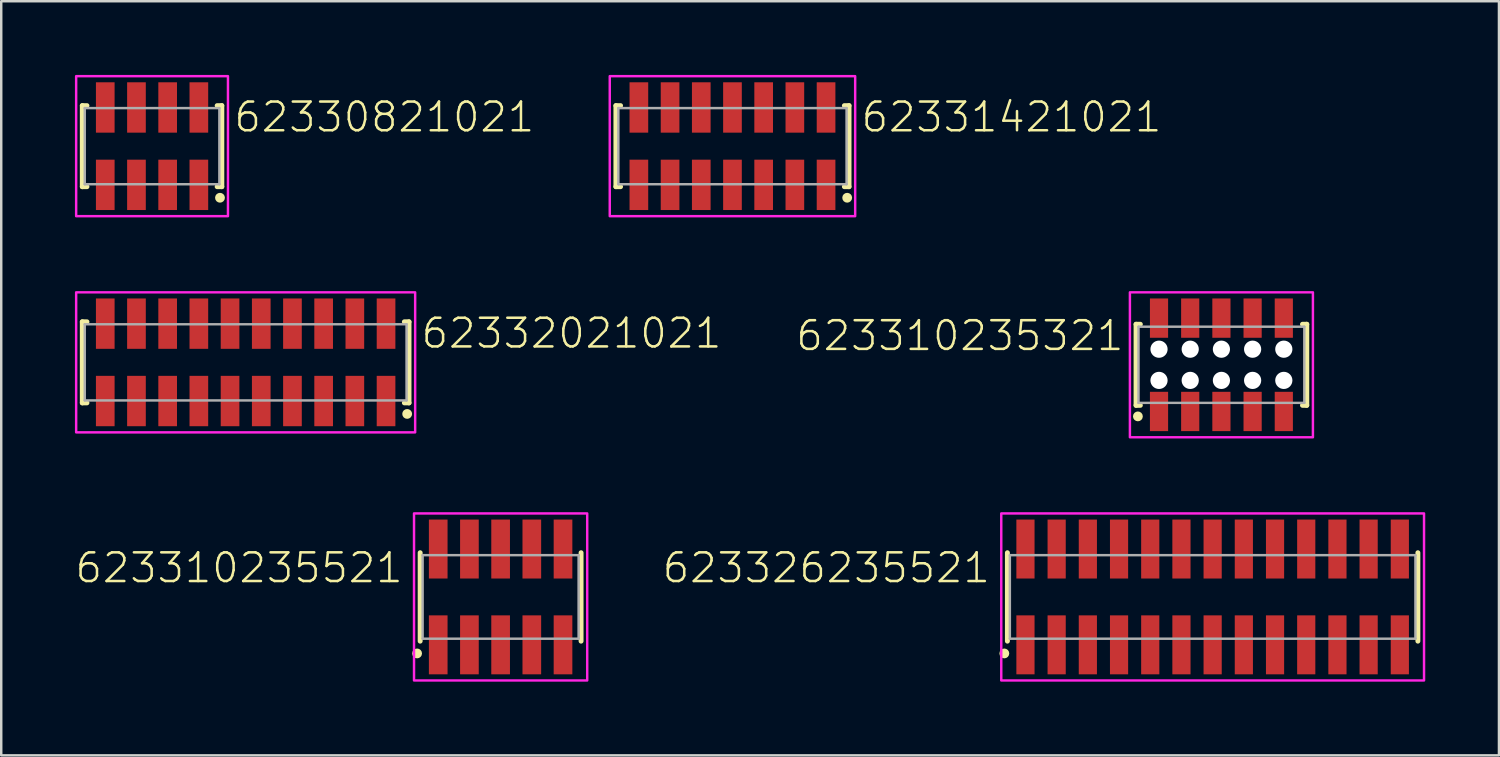
<source format=kicad_pcb>
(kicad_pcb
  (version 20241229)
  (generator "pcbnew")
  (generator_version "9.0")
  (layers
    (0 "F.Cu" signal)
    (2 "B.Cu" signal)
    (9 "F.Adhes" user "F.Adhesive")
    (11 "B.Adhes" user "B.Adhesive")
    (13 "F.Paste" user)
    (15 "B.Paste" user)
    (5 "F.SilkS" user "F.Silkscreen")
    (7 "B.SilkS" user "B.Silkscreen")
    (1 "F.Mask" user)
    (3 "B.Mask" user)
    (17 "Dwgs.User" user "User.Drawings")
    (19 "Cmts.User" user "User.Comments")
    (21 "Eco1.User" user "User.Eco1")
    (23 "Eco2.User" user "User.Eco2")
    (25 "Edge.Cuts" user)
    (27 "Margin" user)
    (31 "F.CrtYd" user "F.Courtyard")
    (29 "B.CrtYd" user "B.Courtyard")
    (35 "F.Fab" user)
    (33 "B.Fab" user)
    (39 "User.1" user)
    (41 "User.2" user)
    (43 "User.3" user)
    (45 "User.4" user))
  (footprint "62331421021"
    (layer "F.Cu")
    (at 26.767 2.9)
    (property "Reference" "62331421021" (at 5.175 -0.5 0) (unlocked yes) (layer "F.SilkS") (effects (font (size 1.168 1.168) (thickness 0.102)) (justify left bottom)))
    (fp_line (start -4.745 -1.65) (end -4.745 1.65) (stroke (width 0.2) (type solid)) (layer "F.SilkS"))
    (fp_line (start -4.745 1.65) (end -4.555 1.65) (stroke (width 0.2) (type solid)) (layer "F.SilkS"))
    (fp_line (start -4.555 -1.65) (end -4.745 -1.65) (stroke (width 0.2) (type solid)) (layer "F.SilkS"))
    (fp_line (start 4.555 -1.65) (end 4.745 -1.65) (stroke (width 0.2) (type solid)) (layer "F.SilkS"))
    (fp_line (start 4.745 -1.65) (end 4.745 1.65) (stroke (width 0.2) (type solid)) (layer "F.SilkS"))
    (fp_line (start 4.745 1.65) (end 4.555 1.65) (stroke (width 0.2) (type solid)) (layer "F.SilkS"))
    (fp_circle (center 4.67 2.1) (end 4.77 2.1) (stroke (width 0.2) (type solid)) (fill no) (layer "F.SilkS"))
    (fp_poly (pts (xy 4.995 2.85) (xy -4.995 2.85) (xy -4.995 -2.85) (xy 4.995 -2.85)) (stroke (width 0.1) (type default)) (fill no) (layer "F.CrtYd"))
    (fp_line (start -4.645 -1.55) (end -4.645 1.55) (stroke (width 0.1) (type solid)) (layer "F.Fab"))
    (fp_line (start -4.645 1.55) (end 4.645 1.55) (stroke (width 0.1) (type solid)) (layer "F.Fab"))
    (fp_line (start 4.645 -1.55) (end -4.645 -1.55) (stroke (width 0.1) (type solid)) (layer "F.Fab"))
    (fp_line (start 4.645 1.55) (end 4.645 -1.55) (stroke (width 0.1) (type solid)) (layer "F.Fab"))
    (pad "1" smd rect (at 3.81 1.575 180) (size 0.76 2.05) (layers "F.Cu" "F.Mask" "F.Paste"))
    (pad "2" smd rect (at 3.81 -1.575 180) (size 0.76 2.05) (layers "F.Cu" "F.Mask" "F.Paste"))
    (pad "3" smd rect (at 2.54 1.575 180) (size 0.76 2.05) (layers "F.Cu" "F.Mask" "F.Paste"))
    (pad "4" smd rect (at 2.54 -1.575 180) (size 0.76 2.05) (layers "F.Cu" "F.Mask" "F.Paste"))
    (pad "5" smd rect (at 1.27 1.575 180) (size 0.76 2.05) (layers "F.Cu" "F.Mask" "F.Paste"))
    (pad "6" smd rect (at 1.27 -1.575 180) (size 0.76 2.05) (layers "F.Cu" "F.Mask" "F.Paste"))
    (pad "7" smd rect (at 0 1.575 180) (size 0.76 2.05) (layers "F.Cu" "F.Mask" "F.Paste"))
    (pad "8" smd rect (at 0 -1.575 180) (size 0.76 2.05) (layers "F.Cu" "F.Mask" "F.Paste"))
    (pad "9" smd rect (at -1.27 1.575 180) (size 0.76 2.05) (layers "F.Cu" "F.Mask" "F.Paste"))
    (pad "10" smd rect (at -1.27 -1.575 180) (size 0.76 2.05) (layers "F.Cu" "F.Mask" "F.Paste"))
    (pad "11" smd rect (at -2.54 1.575 180) (size 0.76 2.05) (layers "F.Cu" "F.Mask" "F.Paste"))
    (pad "12" smd rect (at -2.54 -1.575 180) (size 0.76 2.05) (layers "F.Cu" "F.Mask" "F.Paste"))
    (pad "13" smd rect (at -3.81 1.575 180) (size 0.76 2.05) (layers "F.Cu" "F.Mask" "F.Paste"))
    (pad "14" smd rect (at -3.81 -1.575 180) (size 0.76 2.05) (layers "F.Cu" "F.Mask" "F.Paste")))
  (footprint "62332021021"
    (layer "F.Cu")
    (at 6.95 11.7)
    (property "Reference" "62332021021" (at 7.08 -0.5 0) (unlocked yes) (layer "F.SilkS") (effects (font (size 1.168 1.168) (thickness 0.102)) (justify left bottom)))
    (fp_line (start -6.65 -1.65) (end -6.65 1.65) (stroke (width 0.2) (type solid)) (layer "F.SilkS"))
    (fp_line (start -6.65 1.65) (end -6.46 1.65) (stroke (width 0.2) (type solid)) (layer "F.SilkS"))
    (fp_line (start -6.46 -1.65) (end -6.65 -1.65) (stroke (width 0.2) (type solid)) (layer "F.SilkS"))
    (fp_line (start 6.46 -1.65) (end 6.65 -1.65) (stroke (width 0.2) (type solid)) (layer "F.SilkS"))
    (fp_line (start 6.65 -1.65) (end 6.65 1.65) (stroke (width 0.2) (type solid)) (layer "F.SilkS"))
    (fp_line (start 6.65 1.65) (end 6.46 1.65) (stroke (width 0.2) (type solid)) (layer "F.SilkS"))
    (fp_circle (center 6.575 2.1) (end 6.675 2.1) (stroke (width 0.2) (type solid)) (fill no) (layer "F.SilkS"))
    (fp_poly (pts (xy 6.9 2.85) (xy -6.9 2.85) (xy -6.9 -2.85) (xy 6.9 -2.85)) (stroke (width 0.1) (type default)) (fill no) (layer "F.CrtYd"))
    (fp_line (start -6.55 -1.55) (end -6.55 1.55) (stroke (width 0.1) (type solid)) (layer "F.Fab"))
    (fp_line (start -6.55 1.55) (end 6.55 1.55) (stroke (width 0.1) (type solid)) (layer "F.Fab"))
    (fp_line (start 6.55 -1.55) (end -6.55 -1.55) (stroke (width 0.1) (type solid)) (layer "F.Fab"))
    (fp_line (start 6.55 1.55) (end 6.55 -1.55) (stroke (width 0.1) (type solid)) (layer "F.Fab"))
    (pad "1" smd rect (at 5.715 1.575 180) (size 0.76 2.05) (layers "F.Cu" "F.Mask" "F.Paste"))
    (pad "2" smd rect (at 5.715 -1.575 180) (size 0.76 2.05) (layers "F.Cu" "F.Mask" "F.Paste"))
    (pad "3" smd rect (at 4.445 1.575 180) (size 0.76 2.05) (layers "F.Cu" "F.Mask" "F.Paste"))
    (pad "4" smd rect (at 4.445 -1.575 180) (size 0.76 2.05) (layers "F.Cu" "F.Mask" "F.Paste"))
    (pad "5" smd rect (at 3.175 1.575 180) (size 0.76 2.05) (layers "F.Cu" "F.Mask" "F.Paste"))
    (pad "6" smd rect (at 3.175 -1.575 180) (size 0.76 2.05) (layers "F.Cu" "F.Mask" "F.Paste"))
    (pad "7" smd rect (at 1.905 1.575 180) (size 0.76 2.05) (layers "F.Cu" "F.Mask" "F.Paste"))
    (pad "8" smd rect (at 1.905 -1.575 180) (size 0.76 2.05) (layers "F.Cu" "F.Mask" "F.Paste"))
    (pad "9" smd rect (at 0.635 1.575 180) (size 0.76 2.05) (layers "F.Cu" "F.Mask" "F.Paste"))
    (pad "10" smd rect (at 0.635 -1.575 180) (size 0.76 2.05) (layers "F.Cu" "F.Mask" "F.Paste"))
    (pad "11" smd rect (at -0.635 1.575 180) (size 0.76 2.05) (layers "F.Cu" "F.Mask" "F.Paste"))
    (pad "12" smd rect (at -0.635 -1.575 180) (size 0.76 2.05) (layers "F.Cu" "F.Mask" "F.Paste"))
    (pad "13" smd rect (at -1.905 1.575 180) (size 0.76 2.05) (layers "F.Cu" "F.Mask" "F.Paste"))
    (pad "14" smd rect (at -1.905 -1.575 180) (size 0.76 2.05) (layers "F.Cu" "F.Mask" "F.Paste"))
    (pad "15" smd rect (at -3.175 1.575 180) (size 0.76 2.05) (layers "F.Cu" "F.Mask" "F.Paste"))
    (pad "16" smd rect (at -3.175 -1.575 180) (size 0.76 2.05) (layers "F.Cu" "F.Mask" "F.Paste"))
    (pad "17" smd rect (at -4.445 1.575 180) (size 0.76 2.05) (layers "F.Cu" "F.Mask" "F.Paste"))
    (pad "18" smd rect (at -4.445 -1.575 180) (size 0.76 2.05) (layers "F.Cu" "F.Mask" "F.Paste"))
    (pad "19" smd rect (at -5.715 1.575 180) (size 0.76 2.05) (layers "F.Cu" "F.Mask" "F.Paste"))
    (pad "20" smd rect (at -5.715 -1.575 180) (size 0.76 2.05) (layers "F.Cu" "F.Mask" "F.Paste")))
  (footprint "623326235521"
    (layer "F.Cu")
    (at 46.314 21.25)
    (property "Reference" "623326235521" (at -8.985 -0.5 0) (unlocked yes) (layer "F.SilkS") (effects (font (size 1.168 1.168) (thickness 0.102)) (justify right bottom)))
    (fp_line (start -8.355 -1.8) (end -8.355 1.8) (stroke (width 0.2) (type solid)) (layer "F.SilkS"))
    (fp_line (start 8.355 -1.8) (end 8.355 1.8) (stroke (width 0.2) (type solid)) (layer "F.SilkS"))
    (fp_circle (center -8.48 2.3) (end -8.38 2.3) (stroke (width 0.2) (type solid)) (fill no) (layer "F.SilkS"))
    (fp_poly (pts (xy 8.605 3.4) (xy -8.605 3.4) (xy -8.605 -3.4) (xy 8.605 -3.4)) (stroke (width 0.1) (type default)) (fill no) (layer "F.CrtYd"))
    (fp_line (start -8.255 -1.7) (end -8.255 1.7) (stroke (width 0.1) (type solid)) (layer "F.Fab"))
    (fp_line (start -8.255 1.7) (end 8.255 1.7) (stroke (width 0.1) (type solid)) (layer "F.Fab"))
    (fp_line (start 8.255 -1.7) (end -8.255 -1.7) (stroke (width 0.1) (type solid)) (layer "F.Fab"))
    (fp_line (start 8.255 1.7) (end 8.255 -1.7) (stroke (width 0.1) (type solid)) (layer "F.Fab"))
    (pad "1" smd rect (at -7.62 1.95) (size 0.74 2.4) (layers "F.Cu" "F.Mask" "F.Paste"))
    (pad "2" smd rect (at -7.62 -1.95) (size 0.74 2.4) (layers "F.Cu" "F.Mask" "F.Paste"))
    (pad "3" smd rect (at -6.35 1.95) (size 0.74 2.4) (layers "F.Cu" "F.Mask" "F.Paste"))
    (pad "4" smd rect (at -6.35 -1.95) (size 0.74 2.4) (layers "F.Cu" "F.Mask" "F.Paste"))
    (pad "5" smd rect (at -5.08 1.95) (size 0.74 2.4) (layers "F.Cu" "F.Mask" "F.Paste"))
    (pad "6" smd rect (at -5.08 -1.95) (size 0.74 2.4) (layers "F.Cu" "F.Mask" "F.Paste"))
    (pad "7" smd rect (at -3.81 1.95) (size 0.74 2.4) (layers "F.Cu" "F.Mask" "F.Paste"))
    (pad "8" smd rect (at -3.81 -1.95) (size 0.74 2.4) (layers "F.Cu" "F.Mask" "F.Paste"))
    (pad "9" smd rect (at -2.54 1.95) (size 0.74 2.4) (layers "F.Cu" "F.Mask" "F.Paste"))
    (pad "10" smd rect (at -2.54 -1.95) (size 0.74 2.4) (layers "F.Cu" "F.Mask" "F.Paste"))
    (pad "11" smd rect (at -1.27 1.95) (size 0.74 2.4) (layers "F.Cu" "F.Mask" "F.Paste"))
    (pad "12" smd rect (at -1.27 -1.95) (size 0.74 2.4) (layers "F.Cu" "F.Mask" "F.Paste"))
    (pad "13" smd rect (at 0 1.95) (size 0.74 2.4) (layers "F.Cu" "F.Mask" "F.Paste"))
    (pad "14" smd rect (at 0 -1.95) (size 0.74 2.4) (layers "F.Cu" "F.Mask" "F.Paste"))
    (pad "15" smd rect (at 1.27 1.95) (size 0.74 2.4) (layers "F.Cu" "F.Mask" "F.Paste"))
    (pad "16" smd rect (at 1.27 -1.95) (size 0.74 2.4) (layers "F.Cu" "F.Mask" "F.Paste"))
    (pad "17" smd rect (at 2.54 1.95) (size 0.74 2.4) (layers "F.Cu" "F.Mask" "F.Paste"))
    (pad "18" smd rect (at 2.54 -1.95) (size 0.74 2.4) (layers "F.Cu" "F.Mask" "F.Paste"))
    (pad "19" smd rect (at 3.81 1.95) (size 0.74 2.4) (layers "F.Cu" "F.Mask" "F.Paste"))
    (pad "20" smd rect (at 3.81 -1.95) (size 0.74 2.4) (layers "F.Cu" "F.Mask" "F.Paste"))
    (pad "21" smd rect (at 5.08 1.95) (size 0.74 2.4) (layers "F.Cu" "F.Mask" "F.Paste"))
    (pad "22" smd rect (at 5.08 -1.95) (size 0.74 2.4) (layers "F.Cu" "F.Mask" "F.Paste"))
    (pad "23" smd rect (at 6.35 1.95) (size 0.74 2.4) (layers "F.Cu" "F.Mask" "F.Paste"))
    (pad "24" smd rect (at 6.35 -1.95) (size 0.74 2.4) (layers "F.Cu" "F.Mask" "F.Paste"))
    (pad "25" smd rect (at 7.62 1.95) (size 0.74 2.4) (layers "F.Cu" "F.Mask" "F.Paste"))
    (pad "26" smd rect (at 7.62 -1.95) (size 0.74 2.4) (layers "F.Cu" "F.Mask" "F.Paste")))
  (footprint "62330821021"
    (layer "F.Cu")
    (at 3.14 2.9)
    (property "Reference" "62330821021" (at 3.27 -0.5 0) (unlocked yes) (layer "F.SilkS") (effects (font (size 1.168 1.168) (thickness 0.102)) (justify left bottom)))
    (fp_line (start -2.84 -1.65) (end -2.84 1.65) (stroke (width 0.2) (type solid)) (layer "F.SilkS"))
    (fp_line (start -2.84 1.65) (end -2.65 1.65) (stroke (width 0.2) (type solid)) (layer "F.SilkS"))
    (fp_line (start -2.65 -1.65) (end -2.84 -1.65) (stroke (width 0.2) (type solid)) (layer "F.SilkS"))
    (fp_line (start 2.65 -1.65) (end 2.84 -1.65) (stroke (width 0.2) (type solid)) (layer "F.SilkS"))
    (fp_line (start 2.84 -1.65) (end 2.84 1.65) (stroke (width 0.2) (type solid)) (layer "F.SilkS"))
    (fp_line (start 2.84 1.65) (end 2.65 1.65) (stroke (width 0.2) (type solid)) (layer "F.SilkS"))
    (fp_circle (center 2.765 2.1) (end 2.865 2.1) (stroke (width 0.2) (type solid)) (fill no) (layer "F.SilkS"))
    (fp_poly (pts (xy 3.09 2.85) (xy -3.09 2.85) (xy -3.09 -2.85) (xy 3.09 -2.85)) (stroke (width 0.1) (type default)) (fill no) (layer "F.CrtYd"))
    (fp_line (start -2.74 -1.55) (end -2.74 1.55) (stroke (width 0.1) (type solid)) (layer "F.Fab"))
    (fp_line (start -2.74 1.55) (end 2.74 1.55) (stroke (width 0.1) (type solid)) (layer "F.Fab"))
    (fp_line (start 2.74 -1.55) (end -2.74 -1.55) (stroke (width 0.1) (type solid)) (layer "F.Fab"))
    (fp_line (start 2.74 1.55) (end 2.74 -1.55) (stroke (width 0.1) (type solid)) (layer "F.Fab"))
    (pad "1" smd rect (at 1.905 1.575 180) (size 0.76 2.05) (layers "F.Cu" "F.Mask" "F.Paste"))
    (pad "2" smd rect (at 1.905 -1.575 180) (size 0.76 2.05) (layers "F.Cu" "F.Mask" "F.Paste"))
    (pad "3" smd rect (at 0.635 1.575 180) (size 0.76 2.05) (layers "F.Cu" "F.Mask" "F.Paste"))
    (pad "4" smd rect (at 0.635 -1.575 180) (size 0.76 2.05) (layers "F.Cu" "F.Mask" "F.Paste"))
    (pad "5" smd rect (at -0.635 1.575 180) (size 0.76 2.05) (layers "F.Cu" "F.Mask" "F.Paste"))
    (pad "6" smd rect (at -0.635 -1.575 180) (size 0.76 2.05) (layers "F.Cu" "F.Mask" "F.Paste"))
    (pad "7" smd rect (at -1.905 1.575 180) (size 0.76 2.05) (layers "F.Cu" "F.Mask" "F.Paste"))
    (pad "8" smd rect (at -1.905 -1.575 180) (size 0.76 2.05) (layers "F.Cu" "F.Mask" "F.Paste")))
  (footprint "623310235321"
    (layer "F.Cu")
    (at 46.671 11.8)
    (property "Reference" "623310235321" (at -3.905 -0.5 0) (unlocked yes) (layer "F.SilkS") (effects (font (size 1.168 1.168) (thickness 0.102)) (justify right bottom)))
    (fp_line (start -3.475 -1.65) (end -3.475 1.65) (stroke (width 0.2) (type solid)) (layer "F.SilkS"))
    (fp_line (start -3.475 1.65) (end -3.3 1.65) (stroke (width 0.2) (type solid)) (layer "F.SilkS"))
    (fp_line (start -3.3 -1.65) (end -3.475 -1.65) (stroke (width 0.2) (type solid)) (layer "F.SilkS"))
    (fp_line (start 3.3 -1.65) (end 3.475 -1.65) (stroke (width 0.2) (type solid)) (layer "F.SilkS"))
    (fp_line (start 3.475 -1.65) (end 3.475 1.65) (stroke (width 0.2) (type solid)) (layer "F.SilkS"))
    (fp_line (start 3.475 1.65) (end 3.3 1.65) (stroke (width 0.2) (type solid)) (layer "F.SilkS"))
    (fp_circle (center -3.4 2.1) (end -3.3 2.1) (stroke (width 0.2) (type solid)) (fill no) (layer "F.SilkS"))
    (fp_poly (pts (xy 3.725 2.95) (xy -3.725 2.95) (xy -3.725 -2.95) (xy 3.725 -2.95)) (stroke (width 0.1) (type default)) (fill no) (layer "F.CrtYd"))
    (fp_line (start -3.375 -1.55) (end -3.375 1.55) (stroke (width 0.1) (type solid)) (layer "F.Fab"))
    (fp_line (start -3.375 1.55) (end 3.375 1.55) (stroke (width 0.1) (type solid)) (layer "F.Fab"))
    (fp_line (start 3.375 -1.55) (end -3.375 -1.55) (stroke (width 0.1) (type solid)) (layer "F.Fab"))
    (fp_line (start 3.375 1.55) (end 3.375 -1.55) (stroke (width 0.1) (type solid)) (layer "F.Fab"))
    (pad "" np_thru_hole circle (at -2.54 -0.635) (size 0.7 0.7) (drill 0.7) (layers "*.Cu" "*.Mask"))
    (pad "" np_thru_hole circle (at -2.54 0.635) (size 0.7 0.7) (drill 0.7) (layers "*.Cu" "*.Mask"))
    (pad "" np_thru_hole circle (at -1.27 -0.635) (size 0.7 0.7) (drill 0.7) (layers "*.Cu" "*.Mask"))
    (pad "" np_thru_hole circle (at -1.27 0.635) (size 0.7 0.7) (drill 0.7) (layers "*.Cu" "*.Mask"))
    (pad "" np_thru_hole circle (at 0 -0.635) (size 0.7 0.7) (drill 0.7) (layers "*.Cu" "*.Mask"))
    (pad "" np_thru_hole circle (at 0 0.635) (size 0.7 0.7) (drill 0.7) (layers "*.Cu" "*.Mask"))
    (pad "" np_thru_hole circle (at 1.27 -0.635) (size 0.7 0.7) (drill 0.7) (layers "*.Cu" "*.Mask"))
    (pad "" np_thru_hole circle (at 1.27 0.635) (size 0.7 0.7) (drill 0.7) (layers "*.Cu" "*.Mask"))
    (pad "" np_thru_hole circle (at 2.54 -0.635) (size 0.7 0.7) (drill 0.7) (layers "*.Cu" "*.Mask"))
    (pad "" np_thru_hole circle (at 2.54 0.635) (size 0.7 0.7) (drill 0.7) (layers "*.Cu" "*.Mask"))
    (pad "1" smd rect (at -2.54 1.9) (size 0.74 1.6) (layers "F.Cu" "F.Mask" "F.Paste"))
    (pad "2" smd rect (at -2.54 -1.9 180) (size 0.74 1.6) (layers "F.Cu" "F.Mask" "F.Paste"))
    (pad "3" smd rect (at -1.27 1.9) (size 0.74 1.6) (layers "F.Cu" "F.Mask" "F.Paste"))
    (pad "4" smd rect (at -1.27 -1.9) (size 0.74 1.6) (layers "F.Cu" "F.Mask" "F.Paste"))
    (pad "5" smd rect (at 0 1.9) (size 0.74 1.6) (layers "F.Cu" "F.Mask" "F.Paste"))
    (pad "6" smd rect (at 0 -1.9) (size 0.74 1.6) (layers "F.Cu" "F.Mask" "F.Paste"))
    (pad "7" smd rect (at 1.27 1.9) (size 0.74 1.6) (layers "F.Cu" "F.Mask" "F.Paste"))
    (pad "8" smd rect (at 1.27 -1.9) (size 0.74 1.6) (layers "F.Cu" "F.Mask" "F.Paste"))
    (pad "9" smd rect (at 2.54 1.9) (size 0.74 1.6) (layers "F.Cu" "F.Mask" "F.Paste"))
    (pad "10" smd rect (at 2.54 -1.9) (size 0.74 1.6) (layers "F.Cu" "F.Mask" "F.Paste")))
  (footprint "623310235521"
    (layer "F.Cu")
    (at 17.329 21.25)
    (property "Reference" "623310235521" (at -3.905 -0.5 0) (unlocked yes) (layer "F.SilkS") (effects (font (size 1.168 1.168) (thickness 0.102)) (justify right bottom)))
    (fp_line (start -3.275 -1.8) (end -3.275 1.8) (stroke (width 0.2) (type solid)) (layer "F.SilkS"))
    (fp_line (start 3.275 -1.8) (end 3.275 1.8) (stroke (width 0.2) (type solid)) (layer "F.SilkS"))
    (fp_circle (center -3.4 2.3) (end -3.3 2.3) (stroke (width 0.2) (type solid)) (fill no) (layer "F.SilkS"))
    (fp_poly (pts (xy 3.525 3.4) (xy -3.525 3.4) (xy -3.525 -3.4) (xy 3.525 -3.4)) (stroke (width 0.1) (type default)) (fill no) (layer "F.CrtYd"))
    (fp_line (start -3.175 -1.7) (end -3.175 1.7) (stroke (width 0.1) (type solid)) (layer "F.Fab"))
    (fp_line (start -3.175 1.7) (end 3.175 1.7) (stroke (width 0.1) (type solid)) (layer "F.Fab"))
    (fp_line (start 3.175 -1.7) (end -3.175 -1.7) (stroke (width 0.1) (type solid)) (layer "F.Fab"))
    (fp_line (start 3.175 1.7) (end 3.175 -1.7) (stroke (width 0.1) (type solid)) (layer "F.Fab"))
    (pad "1" smd rect (at -2.54 1.95) (size 0.76 2.4) (layers "F.Cu" "F.Mask" "F.Paste"))
    (pad "2" smd rect (at -2.54 -1.95) (size 0.76 2.4) (layers "F.Cu" "F.Mask" "F.Paste"))
    (pad "3" smd rect (at -1.27 1.95) (size 0.76 2.4) (layers "F.Cu" "F.Mask" "F.Paste"))
    (pad "4" smd rect (at -1.27 -1.95) (size 0.76 2.4) (layers "F.Cu" "F.Mask" "F.Paste"))
    (pad "5" smd rect (at 0 1.95) (size 0.76 2.4) (layers "F.Cu" "F.Mask" "F.Paste"))
    (pad "6" smd rect (at 0 -1.95) (size 0.76 2.4) (layers "F.Cu" "F.Mask" "F.Paste"))
    (pad "7" smd rect (at 1.27 1.95) (size 0.76 2.4) (layers "F.Cu" "F.Mask" "F.Paste"))
    (pad "8" smd rect (at 1.27 -1.95) (size 0.76 2.4) (layers "F.Cu" "F.Mask" "F.Paste"))
    (pad "9" smd rect (at 2.54 1.95) (size 0.76 2.4) (layers "F.Cu" "F.Mask" "F.Paste"))
    (pad "10" smd rect (at 2.54 -1.95) (size 0.76 2.4) (layers "F.Cu" "F.Mask" "F.Paste")))
  (gr_rect
    (start -3 -3)
    (end 57.969 27.7)
    (stroke (width 0.1) (type default))
    (fill no)
    (layer "Edge.Cuts")))
</source>
